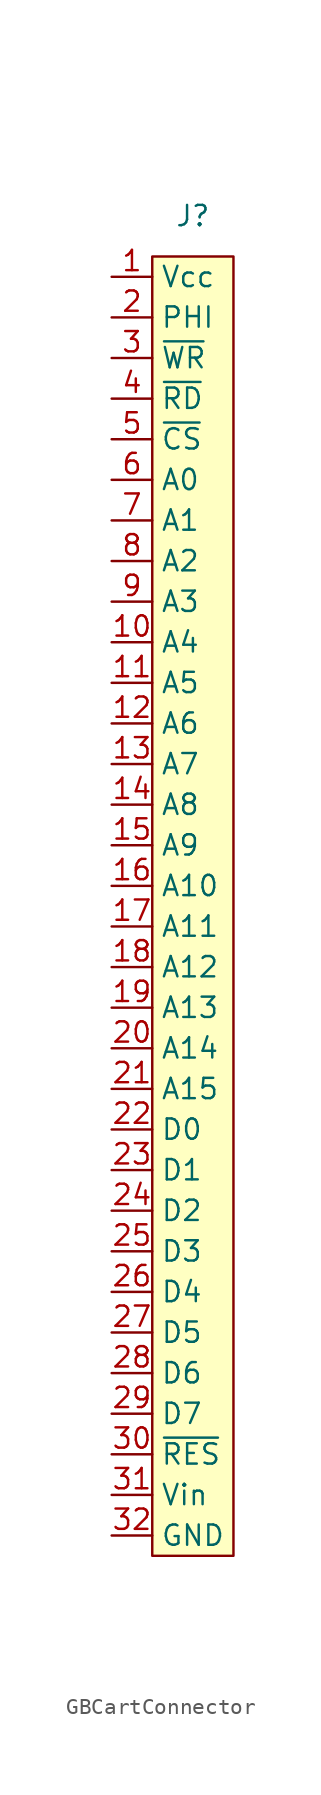
<source format=kicad_sym>
(kicad_symbol_lib
  (version 20241209)
  (generator "kicad_symbol_editor")
  (generator_version "9.0")
  (symbol "GBCartConnector"
    (property "Reference" "J"
      (at 0 43.18 0)
      (effects (font (size 1.27 1.27))))
    (property "Value" ""
      (at -6.35 43.18 0)
      (effects (font (size 1.27 1.27))))
    (symbol "GBCartConnector_1_1"
      (rectangle (start -2.54 40.64) (end 2.54 -40.64) (stroke (width 0) (type solid)) (fill (type background)))
      (pin passive line (at -5.08 39.37 0) (length 2.54) (name "Vcc" (effects (font (size 1.27 1.27)))) (number "1" (effects (font (size 1.27 1.27)))))
      (pin passive line (at -5.08 36.83 0) (length 2.54) (name "PHI" (effects (font (size 1.27 1.27)))) (number "2" (effects (font (size 1.27 1.27)))))
      (pin passive line (at -5.08 34.29 0) (length 2.54) (name "~{WR}" (effects (font (size 1.27 1.27)))) (number "3" (effects (font (size 1.27 1.27)))))
      (pin passive line (at -5.08 31.75 0) (length 2.54) (name "~{RD}" (effects (font (size 1.27 1.27)))) (number "4" (effects (font (size 1.27 1.27)))))
      (pin passive line (at -5.08 29.21 0) (length 2.54) (name "~{CS}" (effects (font (size 1.27 1.27)))) (number "5" (effects (font (size 1.27 1.27)))))
      (pin passive line (at -5.08 26.67 0) (length 2.54) (name "A0" (effects (font (size 1.27 1.27)))) (number "6" (effects (font (size 1.27 1.27)))))
      (pin passive line (at -5.08 24.13 0) (length 2.54) (name "A1" (effects (font (size 1.27 1.27)))) (number "7" (effects (font (size 1.27 1.27)))))
      (pin passive line (at -5.08 21.59 0) (length 2.54) (name "A2" (effects (font (size 1.27 1.27)))) (number "8" (effects (font (size 1.27 1.27)))))
      (pin passive line (at -5.08 19.05 0) (length 2.54) (name "A3" (effects (font (size 1.27 1.27)))) (number "9" (effects (font (size 1.27 1.27)))))
      (pin passive line (at -5.08 16.51 0) (length 2.54) (name "A4" (effects (font (size 1.27 1.27)))) (number "10" (effects (font (size 1.27 1.27)))))
      (pin passive line (at -5.08 13.97 0) (length 2.54) (name "A5" (effects (font (size 1.27 1.27)))) (number "11" (effects (font (size 1.27 1.27)))))
      (pin passive line (at -5.08 11.43 0) (length 2.54) (name "A6" (effects (font (size 1.27 1.27)))) (number "12" (effects (font (size 1.27 1.27)))))
      (pin passive line (at -5.08 8.89 0) (length 2.54) (name "A7" (effects (font (size 1.27 1.27)))) (number "13" (effects (font (size 1.27 1.27)))))
      (pin passive line (at -5.08 6.35 0) (length 2.54) (name "A8" (effects (font (size 1.27 1.27)))) (number "14" (effects (font (size 1.27 1.27)))))
      (pin passive line (at -5.08 3.81 0) (length 2.54) (name "A9" (effects (font (size 1.27 1.27)))) (number "15" (effects (font (size 1.27 1.27)))))
      (pin passive line (at -5.08 1.27 0) (length 2.54) (name "A10" (effects (font (size 1.27 1.27)))) (number "16" (effects (font (size 1.27 1.27)))))
      (pin passive line (at -5.08 -1.27 0) (length 2.54) (name "A11" (effects (font (size 1.27 1.27)))) (number "17" (effects (font (size 1.27 1.27)))))
      (pin passive line (at -5.08 -3.81 0) (length 2.54) (name "A12" (effects (font (size 1.27 1.27)))) (number "18" (effects (font (size 1.27 1.27)))))
      (pin passive line (at -5.08 -6.35 0) (length 2.54) (name "A13" (effects (font (size 1.27 1.27)))) (number "19" (effects (font (size 1.27 1.27)))))
      (pin passive line (at -5.08 -8.89 0) (length 2.54) (name "A14" (effects (font (size 1.27 1.27)))) (number "20" (effects (font (size 1.27 1.27)))))
      (pin passive line (at -5.08 -11.43 0) (length 2.54) (name "A15" (effects (font (size 1.27 1.27)))) (number "21" (effects (font (size 1.27 1.27)))))
      (pin passive line (at -5.08 -13.97 0) (length 2.54) (name "D0" (effects (font (size 1.27 1.27)))) (number "22" (effects (font (size 1.27 1.27)))))
      (pin passive line (at -5.08 -16.51 0) (length 2.54) (name "D1" (effects (font (size 1.27 1.27)))) (number "23" (effects (font (size 1.27 1.27)))))
      (pin passive line (at -5.08 -19.05 0) (length 2.54) (name "D2" (effects (font (size 1.27 1.27)))) (number "24" (effects (font (size 1.27 1.27)))))
      (pin passive line (at -5.08 -21.59 0) (length 2.54) (name "D3" (effects (font (size 1.27 1.27)))) (number "25" (effects (font (size 1.27 1.27)))))
      (pin passive line (at -5.08 -24.13 0) (length 2.54) (name "D4" (effects (font (size 1.27 1.27)))) (number "26" (effects (font (size 1.27 1.27)))))
      (pin passive line (at -5.08 -26.67 0) (length 2.54) (name "D5" (effects (font (size 1.27 1.27)))) (number "27" (effects (font (size 1.27 1.27)))))
      (pin passive line (at -5.08 -29.21 0) (length 2.54) (name "D6" (effects (font (size 1.27 1.27)))) (number "28" (effects (font (size 1.27 1.27)))))
      (pin passive line (at -5.08 -31.75 0) (length 2.54) (name "D7" (effects (font (size 1.27 1.27)))) (number "29" (effects (font (size 1.27 1.27)))))
      (pin passive line (at -5.08 -34.29 0) (length 2.54) (name "~{RES}" (effects (font (size 1.27 1.27)))) (number "30" (effects (font (size 1.27 1.27)))))
      (pin passive line (at -5.08 -36.83 0) (length 2.54) (name "Vin" (effects (font (size 1.27 1.27)))) (number "31" (effects (font (size 1.27 1.27)))))
      (pin passive line (at -5.08 -39.37 0) (length 2.54) (name "GND" (effects (font (size 1.27 1.27)))) (number "32" (effects (font (size 1.27 1.27))))))))
</source>
